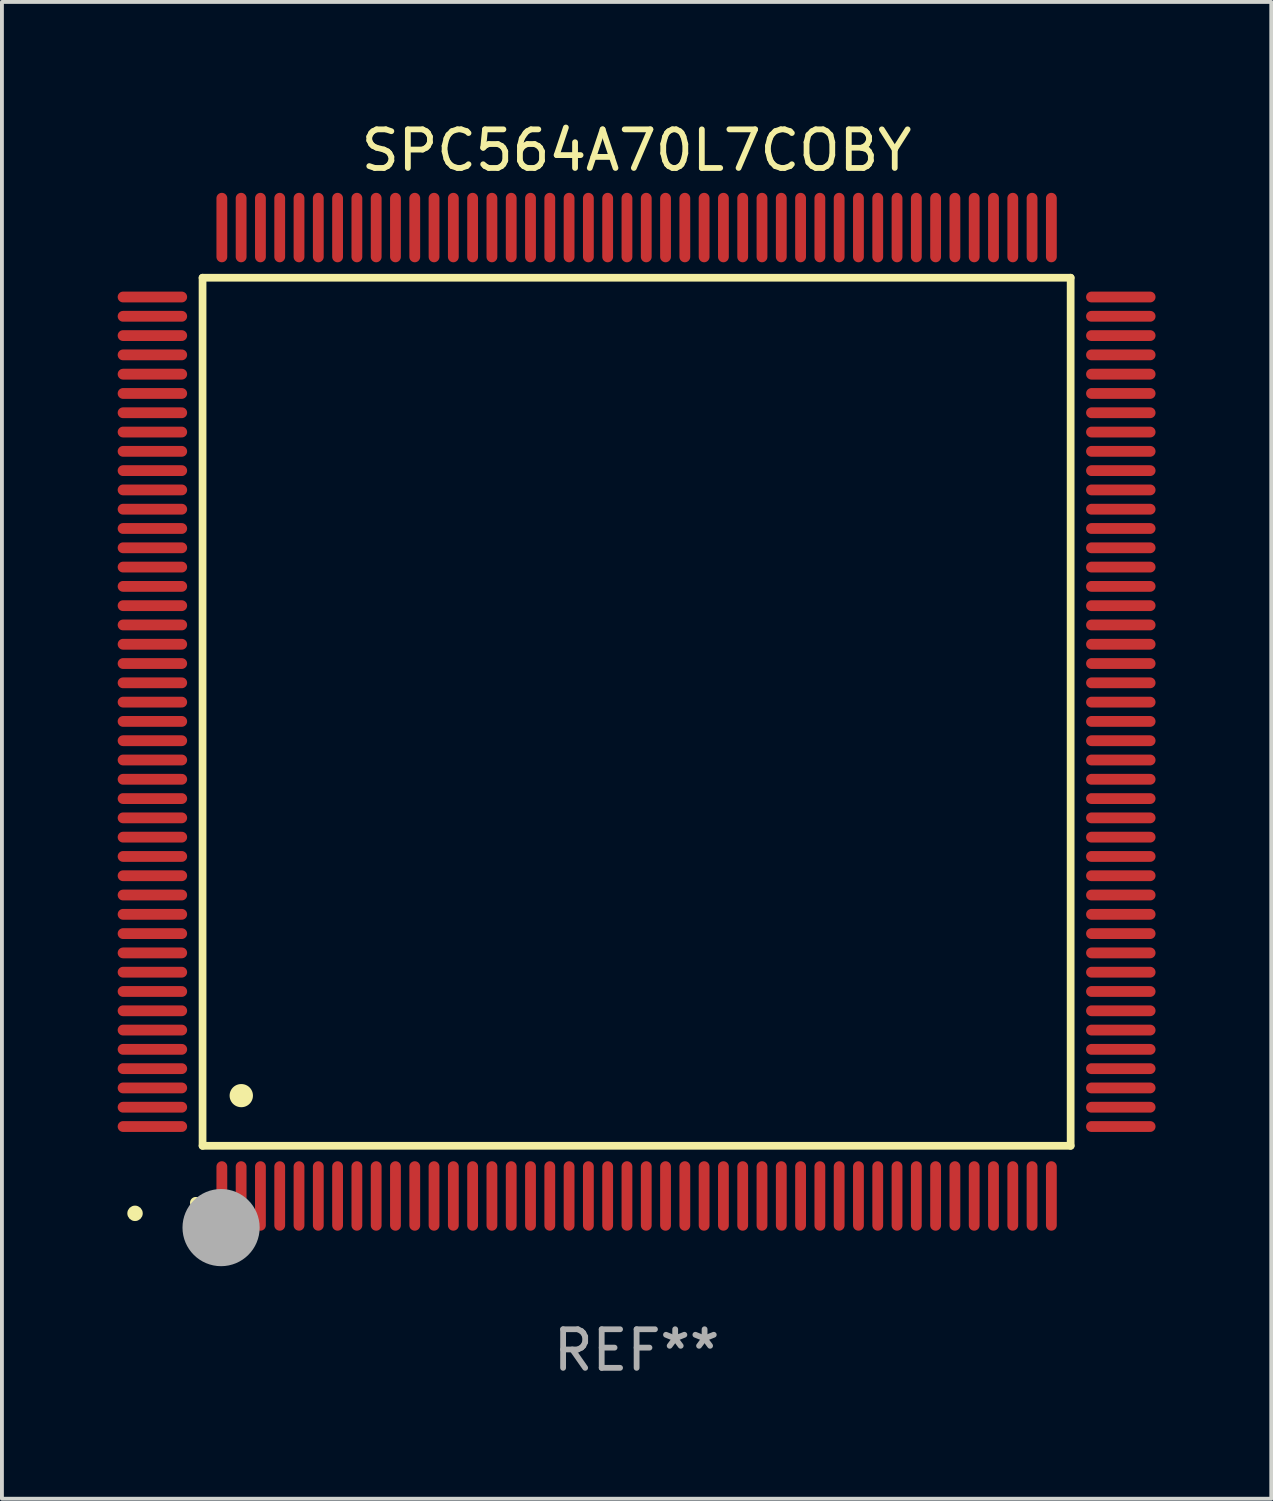
<source format=kicad_pcb>
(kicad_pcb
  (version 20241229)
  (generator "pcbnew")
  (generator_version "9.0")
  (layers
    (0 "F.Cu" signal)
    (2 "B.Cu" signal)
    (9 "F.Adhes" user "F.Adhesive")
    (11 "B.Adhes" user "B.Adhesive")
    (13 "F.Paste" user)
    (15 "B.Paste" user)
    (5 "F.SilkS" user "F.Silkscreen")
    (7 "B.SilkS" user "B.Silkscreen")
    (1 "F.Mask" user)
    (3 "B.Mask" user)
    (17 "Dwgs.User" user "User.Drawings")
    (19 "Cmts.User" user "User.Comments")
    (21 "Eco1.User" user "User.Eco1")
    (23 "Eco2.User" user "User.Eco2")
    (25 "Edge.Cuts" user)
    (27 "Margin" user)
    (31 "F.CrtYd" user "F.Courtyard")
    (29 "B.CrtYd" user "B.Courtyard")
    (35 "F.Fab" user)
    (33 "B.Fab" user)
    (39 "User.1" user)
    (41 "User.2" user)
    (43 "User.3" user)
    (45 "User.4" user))
  (footprint "SPC564A70L7COBY"
    (layer "F.Cu")
    (at 13.45 15.398)
    (property "Reference" "SPC564A70L7COBY" (at 0 -14.55 0) (layer "F.SilkS") (effects (font (size 1 1) (thickness 0.15))))
    (attr through_hole)
    (fp_line (start -11.25 -11.25) (end 11.25 -11.25) (stroke (width 0.2) (type solid)) (layer "F.SilkS"))
    (fp_line (start -11.25 11.25) (end -11.25 -11.25) (stroke (width 0.2) (type solid)) (layer "F.SilkS"))
    (fp_line (start 11.25 -11.25) (end 11.25 11.25) (stroke (width 0.2) (type solid)) (layer "F.SilkS"))
    (fp_line (start 11.25 11.25) (end -11.25 11.25) (stroke (width 0.2) (type solid)) (layer "F.SilkS"))
    (fp_arc (start -11.424943 12.725425) (mid -11.423673 12.72542) (end -11.422403 12.725425) (stroke (width 0.3) (type solid)) (layer "F.SilkS"))
    (fp_arc (start -10.24892 9.9492) (mid -10.24638 9.949189) (end -10.24384 9.9492) (stroke (width 0.6) (type solid)) (layer "F.SilkS"))
    (fp_circle (center -13 13) (end -12.9 13) (stroke (width 0.2) (type solid)) (fill no) (layer "F.SilkS"))
    (fp_circle (center -10.77 13.37) (end -10.27 13.37) (stroke (width 1) (type solid)) (fill no) (layer "F.Fab"))
    (fp_text user "REF**" (at 0 16.55 0) (layer "F.Fab") (effects (font (size 1 1) (thickness 0.15))))
    (pad "1" smd oval (at -10.75 12.55) (size 0.28 1.8) (layers "F.Cu" "F.Mask" "F.Paste"))
    (pad "2" smd oval (at -10.25 12.55) (size 0.28 1.8) (layers "F.Cu" "F.Mask" "F.Paste"))
    (pad "3" smd oval (at -9.75 12.55) (size 0.28 1.8) (layers "F.Cu" "F.Mask" "F.Paste"))
    (pad "4" smd oval (at -9.25 12.55) (size 0.28 1.8) (layers "F.Cu" "F.Mask" "F.Paste"))
    (pad "5" smd oval (at -8.75 12.55) (size 0.28 1.8) (layers "F.Cu" "F.Mask" "F.Paste"))
    (pad "6" smd oval (at -8.25 12.55) (size 0.28 1.8) (layers "F.Cu" "F.Mask" "F.Paste"))
    (pad "7" smd oval (at -7.75 12.55) (size 0.28 1.8) (layers "F.Cu" "F.Mask" "F.Paste"))
    (pad "8" smd oval (at -7.25 12.55) (size 0.28 1.8) (layers "F.Cu" "F.Mask" "F.Paste"))
    (pad "9" smd oval (at -6.75 12.55) (size 0.28 1.8) (layers "F.Cu" "F.Mask" "F.Paste"))
    (pad "10" smd oval (at -6.25 12.55) (size 0.28 1.8) (layers "F.Cu" "F.Mask" "F.Paste"))
    (pad "11" smd oval (at -5.75 12.55) (size 0.28 1.8) (layers "F.Cu" "F.Mask" "F.Paste"))
    (pad "12" smd oval (at -5.25 12.55) (size 0.28 1.8) (layers "F.Cu" "F.Mask" "F.Paste"))
    (pad "13" smd oval (at -4.75 12.55) (size 0.28 1.8) (layers "F.Cu" "F.Mask" "F.Paste"))
    (pad "14" smd oval (at -4.25 12.55) (size 0.28 1.8) (layers "F.Cu" "F.Mask" "F.Paste"))
    (pad "15" smd oval (at -3.75 12.55) (size 0.28 1.8) (layers "F.Cu" "F.Mask" "F.Paste"))
    (pad "16" smd oval (at -3.25 12.55) (size 0.28 1.8) (layers "F.Cu" "F.Mask" "F.Paste"))
    (pad "17" smd oval (at -2.75 12.55) (size 0.28 1.8) (layers "F.Cu" "F.Mask" "F.Paste"))
    (pad "18" smd oval (at -2.25 12.55) (size 0.28 1.8) (layers "F.Cu" "F.Mask" "F.Paste"))
    (pad "19" smd oval (at -1.75 12.55) (size 0.28 1.8) (layers "F.Cu" "F.Mask" "F.Paste"))
    (pad "20" smd oval (at -1.25 12.55) (size 0.28 1.8) (layers "F.Cu" "F.Mask" "F.Paste"))
    (pad "21" smd oval (at -0.75 12.55) (size 0.28 1.8) (layers "F.Cu" "F.Mask" "F.Paste"))
    (pad "22" smd oval (at -0.25 12.55) (size 0.28 1.8) (layers "F.Cu" "F.Mask" "F.Paste"))
    (pad "23" smd oval (at 0.25 12.55) (size 0.28 1.8) (layers "F.Cu" "F.Mask" "F.Paste"))
    (pad "24" smd oval (at 0.75 12.55) (size 0.28 1.8) (layers "F.Cu" "F.Mask" "F.Paste"))
    (pad "25" smd oval (at 1.25 12.55) (size 0.28 1.8) (layers "F.Cu" "F.Mask" "F.Paste"))
    (pad "26" smd oval (at 1.75 12.55) (size 0.28 1.8) (layers "F.Cu" "F.Mask" "F.Paste"))
    (pad "27" smd oval (at 2.25 12.55) (size 0.28 1.8) (layers "F.Cu" "F.Mask" "F.Paste"))
    (pad "28" smd oval (at 2.75 12.55) (size 0.28 1.8) (layers "F.Cu" "F.Mask" "F.Paste"))
    (pad "29" smd oval (at 3.25 12.55) (size 0.28 1.8) (layers "F.Cu" "F.Mask" "F.Paste"))
    (pad "30" smd oval (at 3.75 12.55) (size 0.28 1.8) (layers "F.Cu" "F.Mask" "F.Paste"))
    (pad "31" smd oval (at 4.25 12.55) (size 0.28 1.8) (layers "F.Cu" "F.Mask" "F.Paste"))
    (pad "32" smd oval (at 4.75 12.55) (size 0.28 1.8) (layers "F.Cu" "F.Mask" "F.Paste"))
    (pad "33" smd oval (at 5.25 12.55) (size 0.28 1.8) (layers "F.Cu" "F.Mask" "F.Paste"))
    (pad "34" smd oval (at 5.75 12.55) (size 0.28 1.8) (layers "F.Cu" "F.Mask" "F.Paste"))
    (pad "35" smd oval (at 6.25 12.55) (size 0.28 1.8) (layers "F.Cu" "F.Mask" "F.Paste"))
    (pad "36" smd oval (at 6.75 12.55) (size 0.28 1.8) (layers "F.Cu" "F.Mask" "F.Paste"))
    (pad "37" smd oval (at 7.25 12.55) (size 0.28 1.8) (layers "F.Cu" "F.Mask" "F.Paste"))
    (pad "38" smd oval (at 7.75 12.55) (size 0.28 1.8) (layers "F.Cu" "F.Mask" "F.Paste"))
    (pad "39" smd oval (at 8.25 12.55) (size 0.28 1.8) (layers "F.Cu" "F.Mask" "F.Paste"))
    (pad "40" smd oval (at 8.75 12.55) (size 0.28 1.8) (layers "F.Cu" "F.Mask" "F.Paste"))
    (pad "41" smd oval (at 9.25 12.55) (size 0.28 1.8) (layers "F.Cu" "F.Mask" "F.Paste"))
    (pad "42" smd oval (at 9.75 12.55) (size 0.28 1.8) (layers "F.Cu" "F.Mask" "F.Paste"))
    (pad "43" smd oval (at 10.25 12.55) (size 0.28 1.8) (layers "F.Cu" "F.Mask" "F.Paste"))
    (pad "44" smd oval (at 10.75 12.55) (size 0.28 1.8) (layers "F.Cu" "F.Mask" "F.Paste"))
    (pad "45" smd oval (at 12.55 10.75) (size 1.8 0.28) (layers "F.Cu" "F.Mask" "F.Paste"))
    (pad "46" smd oval (at 12.55 10.25) (size 1.8 0.28) (layers "F.Cu" "F.Mask" "F.Paste"))
    (pad "47" smd oval (at 12.55 9.75) (size 1.8 0.28) (layers "F.Cu" "F.Mask" "F.Paste"))
    (pad "48" smd oval (at 12.55 9.25) (size 1.8 0.28) (layers "F.Cu" "F.Mask" "F.Paste"))
    (pad "49" smd oval (at 12.55 8.75) (size 1.8 0.28) (layers "F.Cu" "F.Mask" "F.Paste"))
    (pad "50" smd oval (at 12.55 8.25) (size 1.8 0.28) (layers "F.Cu" "F.Mask" "F.Paste"))
    (pad "51" smd oval (at 12.55 7.75) (size 1.8 0.28) (layers "F.Cu" "F.Mask" "F.Paste"))
    (pad "52" smd oval (at 12.55 7.25) (size 1.8 0.28) (layers "F.Cu" "F.Mask" "F.Paste"))
    (pad "53" smd oval (at 12.55 6.75) (size 1.8 0.28) (layers "F.Cu" "F.Mask" "F.Paste"))
    (pad "54" smd oval (at 12.55 6.25) (size 1.8 0.28) (layers "F.Cu" "F.Mask" "F.Paste"))
    (pad "55" smd oval (at 12.55 5.75) (size 1.8 0.28) (layers "F.Cu" "F.Mask" "F.Paste"))
    (pad "56" smd oval (at 12.55 5.25) (size 1.8 0.28) (layers "F.Cu" "F.Mask" "F.Paste"))
    (pad "57" smd oval (at 12.55 4.75) (size 1.8 0.28) (layers "F.Cu" "F.Mask" "F.Paste"))
    (pad "58" smd oval (at 12.55 4.25) (size 1.8 0.28) (layers "F.Cu" "F.Mask" "F.Paste"))
    (pad "59" smd oval (at 12.55 3.75) (size 1.8 0.28) (layers "F.Cu" "F.Mask" "F.Paste"))
    (pad "60" smd oval (at 12.55 3.25) (size 1.8 0.28) (layers "F.Cu" "F.Mask" "F.Paste"))
    (pad "61" smd oval (at 12.55 2.75) (size 1.8 0.28) (layers "F.Cu" "F.Mask" "F.Paste"))
    (pad "62" smd oval (at 12.55 2.25) (size 1.8 0.28) (layers "F.Cu" "F.Mask" "F.Paste"))
    (pad "63" smd oval (at 12.55 1.75) (size 1.8 0.28) (layers "F.Cu" "F.Mask" "F.Paste"))
    (pad "64" smd oval (at 12.55 1.25) (size 1.8 0.28) (layers "F.Cu" "F.Mask" "F.Paste"))
    (pad "65" smd oval (at 12.55 0.75) (size 1.8 0.28) (layers "F.Cu" "F.Mask" "F.Paste"))
    (pad "66" smd oval (at 12.55 0.25) (size 1.8 0.28) (layers "F.Cu" "F.Mask" "F.Paste"))
    (pad "67" smd oval (at 12.55 -0.25) (size 1.8 0.28) (layers "F.Cu" "F.Mask" "F.Paste"))
    (pad "68" smd oval (at 12.55 -0.75) (size 1.8 0.28) (layers "F.Cu" "F.Mask" "F.Paste"))
    (pad "69" smd oval (at 12.55 -1.25) (size 1.8 0.28) (layers "F.Cu" "F.Mask" "F.Paste"))
    (pad "70" smd oval (at 12.55 -1.75) (size 1.8 0.28) (layers "F.Cu" "F.Mask" "F.Paste"))
    (pad "71" smd oval (at 12.55 -2.25) (size 1.8 0.28) (layers "F.Cu" "F.Mask" "F.Paste"))
    (pad "72" smd oval (at 12.55 -2.75) (size 1.8 0.28) (layers "F.Cu" "F.Mask" "F.Paste"))
    (pad "73" smd oval (at 12.55 -3.25) (size 1.8 0.28) (layers "F.Cu" "F.Mask" "F.Paste"))
    (pad "74" smd oval (at 12.55 -3.75) (size 1.8 0.28) (layers "F.Cu" "F.Mask" "F.Paste"))
    (pad "75" smd oval (at 12.55 -4.25) (size 1.8 0.28) (layers "F.Cu" "F.Mask" "F.Paste"))
    (pad "76" smd oval (at 12.55 -4.75) (size 1.8 0.28) (layers "F.Cu" "F.Mask" "F.Paste"))
    (pad "77" smd oval (at 12.55 -5.25) (size 1.8 0.28) (layers "F.Cu" "F.Mask" "F.Paste"))
    (pad "78" smd oval (at 12.55 -5.75) (size 1.8 0.28) (layers "F.Cu" "F.Mask" "F.Paste"))
    (pad "79" smd oval (at 12.55 -6.25) (size 1.8 0.28) (layers "F.Cu" "F.Mask" "F.Paste"))
    (pad "80" smd oval (at 12.55 -6.75) (size 1.8 0.28) (layers "F.Cu" "F.Mask" "F.Paste"))
    (pad "81" smd oval (at 12.55 -7.25) (size 1.8 0.28) (layers "F.Cu" "F.Mask" "F.Paste"))
    (pad "82" smd oval (at 12.55 -7.75) (size 1.8 0.28) (layers "F.Cu" "F.Mask" "F.Paste"))
    (pad "83" smd oval (at 12.55 -8.25) (size 1.8 0.28) (layers "F.Cu" "F.Mask" "F.Paste"))
    (pad "84" smd oval (at 12.55 -8.75) (size 1.8 0.28) (layers "F.Cu" "F.Mask" "F.Paste"))
    (pad "85" smd oval (at 12.55 -9.25) (size 1.8 0.28) (layers "F.Cu" "F.Mask" "F.Paste"))
    (pad "86" smd oval (at 12.55 -9.75) (size 1.8 0.28) (layers "F.Cu" "F.Mask" "F.Paste"))
    (pad "87" smd oval (at 12.55 -10.25) (size 1.8 0.28) (layers "F.Cu" "F.Mask" "F.Paste"))
    (pad "88" smd oval (at 12.55 -10.75) (size 1.8 0.28) (layers "F.Cu" "F.Mask" "F.Paste"))
    (pad "89" smd oval (at 10.75 -12.55) (size 0.28 1.8) (layers "F.Cu" "F.Mask" "F.Paste"))
    (pad "90" smd oval (at 10.25 -12.55) (size 0.28 1.8) (layers "F.Cu" "F.Mask" "F.Paste"))
    (pad "91" smd oval (at 9.75 -12.55) (size 0.28 1.8) (layers "F.Cu" "F.Mask" "F.Paste"))
    (pad "92" smd oval (at 9.25 -12.55) (size 0.28 1.8) (layers "F.Cu" "F.Mask" "F.Paste"))
    (pad "93" smd oval (at 8.75 -12.55) (size 0.28 1.8) (layers "F.Cu" "F.Mask" "F.Paste"))
    (pad "94" smd oval (at 8.25 -12.55) (size 0.28 1.8) (layers "F.Cu" "F.Mask" "F.Paste"))
    (pad "95" smd oval (at 7.75 -12.55) (size 0.28 1.8) (layers "F.Cu" "F.Mask" "F.Paste"))
    (pad "96" smd oval (at 7.25 -12.55) (size 0.28 1.8) (layers "F.Cu" "F.Mask" "F.Paste"))
    (pad "97" smd oval (at 6.75 -12.55) (size 0.28 1.8) (layers "F.Cu" "F.Mask" "F.Paste"))
    (pad "98" smd oval (at 6.25 -12.55) (size 0.28 1.8) (layers "F.Cu" "F.Mask" "F.Paste"))
    (pad "99" smd oval (at 5.75 -12.55) (size 0.28 1.8) (layers "F.Cu" "F.Mask" "F.Paste"))
    (pad "100" smd oval (at 5.25 -12.55) (size 0.28 1.8) (layers "F.Cu" "F.Mask" "F.Paste"))
    (pad "101" smd oval (at 4.75 -12.55) (size 0.28 1.8) (layers "F.Cu" "F.Mask" "F.Paste"))
    (pad "102" smd oval (at 4.25 -12.55) (size 0.28 1.8) (layers "F.Cu" "F.Mask" "F.Paste"))
    (pad "103" smd oval (at 3.75 -12.55) (size 0.28 1.8) (layers "F.Cu" "F.Mask" "F.Paste"))
    (pad "104" smd oval (at 3.25 -12.55) (size 0.28 1.8) (layers "F.Cu" "F.Mask" "F.Paste"))
    (pad "105" smd oval (at 2.75 -12.55) (size 0.28 1.8) (layers "F.Cu" "F.Mask" "F.Paste"))
    (pad "106" smd oval (at 2.25 -12.55) (size 0.28 1.8) (layers "F.Cu" "F.Mask" "F.Paste"))
    (pad "107" smd oval (at 1.75 -12.55) (size 0.28 1.8) (layers "F.Cu" "F.Mask" "F.Paste"))
    (pad "108" smd oval (at 1.25 -12.55) (size 0.28 1.8) (layers "F.Cu" "F.Mask" "F.Paste"))
    (pad "109" smd oval (at 0.75 -12.55) (size 0.28 1.8) (layers "F.Cu" "F.Mask" "F.Paste"))
    (pad "110" smd oval (at 0.25 -12.55) (size 0.28 1.8) (layers "F.Cu" "F.Mask" "F.Paste"))
    (pad "111" smd oval (at -0.25 -12.55) (size 0.28 1.8) (layers "F.Cu" "F.Mask" "F.Paste"))
    (pad "112" smd oval (at -0.75 -12.55) (size 0.28 1.8) (layers "F.Cu" "F.Mask" "F.Paste"))
    (pad "113" smd oval (at -1.25 -12.55) (size 0.28 1.8) (layers "F.Cu" "F.Mask" "F.Paste"))
    (pad "114" smd oval (at -1.75 -12.55) (size 0.28 1.8) (layers "F.Cu" "F.Mask" "F.Paste"))
    (pad "115" smd oval (at -2.25 -12.55) (size 0.28 1.8) (layers "F.Cu" "F.Mask" "F.Paste"))
    (pad "116" smd oval (at -2.75 -12.55) (size 0.28 1.8) (layers "F.Cu" "F.Mask" "F.Paste"))
    (pad "117" smd oval (at -3.25 -12.55) (size 0.28 1.8) (layers "F.Cu" "F.Mask" "F.Paste"))
    (pad "118" smd oval (at -3.75 -12.55) (size 0.28 1.8) (layers "F.Cu" "F.Mask" "F.Paste"))
    (pad "119" smd oval (at -4.25 -12.55) (size 0.28 1.8) (layers "F.Cu" "F.Mask" "F.Paste"))
    (pad "120" smd oval (at -4.75 -12.55) (size 0.28 1.8) (layers "F.Cu" "F.Mask" "F.Paste"))
    (pad "121" smd oval (at -5.25 -12.55) (size 0.28 1.8) (layers "F.Cu" "F.Mask" "F.Paste"))
    (pad "122" smd oval (at -5.75 -12.55) (size 0.28 1.8) (layers "F.Cu" "F.Mask" "F.Paste"))
    (pad "123" smd oval (at -6.25 -12.55) (size 0.28 1.8) (layers "F.Cu" "F.Mask" "F.Paste"))
    (pad "124" smd oval (at -6.75 -12.55) (size 0.28 1.8) (layers "F.Cu" "F.Mask" "F.Paste"))
    (pad "125" smd oval (at -7.25 -12.55) (size 0.28 1.8) (layers "F.Cu" "F.Mask" "F.Paste"))
    (pad "126" smd oval (at -7.75 -12.55) (size 0.28 1.8) (layers "F.Cu" "F.Mask" "F.Paste"))
    (pad "127" smd oval (at -8.25 -12.55) (size 0.28 1.8) (layers "F.Cu" "F.Mask" "F.Paste"))
    (pad "128" smd oval (at -8.75 -12.55) (size 0.28 1.8) (layers "F.Cu" "F.Mask" "F.Paste"))
    (pad "129" smd oval (at -9.25 -12.55) (size 0.28 1.8) (layers "F.Cu" "F.Mask" "F.Paste"))
    (pad "130" smd oval (at -9.75 -12.55) (size 0.28 1.8) (layers "F.Cu" "F.Mask" "F.Paste"))
    (pad "131" smd oval (at -10.25 -12.55) (size 0.28 1.8) (layers "F.Cu" "F.Mask" "F.Paste"))
    (pad "132" smd oval (at -10.75 -12.55) (size 0.28 1.8) (layers "F.Cu" "F.Mask" "F.Paste"))
    (pad "133" smd oval (at -12.55 -10.75) (size 1.8 0.28) (layers "F.Cu" "F.Mask" "F.Paste"))
    (pad "134" smd oval (at -12.55 -10.25) (size 1.8 0.28) (layers "F.Cu" "F.Mask" "F.Paste"))
    (pad "135" smd oval (at -12.55 -9.75) (size 1.8 0.28) (layers "F.Cu" "F.Mask" "F.Paste"))
    (pad "136" smd oval (at -12.55 -9.25) (size 1.8 0.28) (layers "F.Cu" "F.Mask" "F.Paste"))
    (pad "137" smd oval (at -12.55 -8.75) (size 1.8 0.28) (layers "F.Cu" "F.Mask" "F.Paste"))
    (pad "138" smd oval (at -12.55 -8.25) (size 1.8 0.28) (layers "F.Cu" "F.Mask" "F.Paste"))
    (pad "139" smd oval (at -12.55 -7.75) (size 1.8 0.28) (layers "F.Cu" "F.Mask" "F.Paste"))
    (pad "140" smd oval (at -12.55 -7.25) (size 1.8 0.28) (layers "F.Cu" "F.Mask" "F.Paste"))
    (pad "141" smd oval (at -12.55 -6.75) (size 1.8 0.28) (layers "F.Cu" "F.Mask" "F.Paste"))
    (pad "142" smd oval (at -12.55 -6.25) (size 1.8 0.28) (layers "F.Cu" "F.Mask" "F.Paste"))
    (pad "143" smd oval (at -12.55 -5.75) (size 1.8 0.28) (layers "F.Cu" "F.Mask" "F.Paste"))
    (pad "144" smd oval (at -12.55 -5.25) (size 1.8 0.28) (layers "F.Cu" "F.Mask" "F.Paste"))
    (pad "145" smd oval (at -12.55 -4.75) (size 1.8 0.28) (layers "F.Cu" "F.Mask" "F.Paste"))
    (pad "146" smd oval (at -12.55 -4.25) (size 1.8 0.28) (layers "F.Cu" "F.Mask" "F.Paste"))
    (pad "147" smd oval (at -12.55 -3.75) (size 1.8 0.28) (layers "F.Cu" "F.Mask" "F.Paste"))
    (pad "148" smd oval (at -12.55 -3.25) (size 1.8 0.28) (layers "F.Cu" "F.Mask" "F.Paste"))
    (pad "149" smd oval (at -12.55 -2.75) (size 1.8 0.28) (layers "F.Cu" "F.Mask" "F.Paste"))
    (pad "150" smd oval (at -12.55 -2.25) (size 1.8 0.28) (layers "F.Cu" "F.Mask" "F.Paste"))
    (pad "151" smd oval (at -12.55 -1.75) (size 1.8 0.28) (layers "F.Cu" "F.Mask" "F.Paste"))
    (pad "152" smd oval (at -12.55 -1.25) (size 1.8 0.28) (layers "F.Cu" "F.Mask" "F.Paste"))
    (pad "153" smd oval (at -12.55 -0.75) (size 1.8 0.28) (layers "F.Cu" "F.Mask" "F.Paste"))
    (pad "154" smd oval (at -12.55 -0.25) (size 1.8 0.28) (layers "F.Cu" "F.Mask" "F.Paste"))
    (pad "155" smd oval (at -12.55 0.25) (size 1.8 0.28) (layers "F.Cu" "F.Mask" "F.Paste"))
    (pad "156" smd oval (at -12.55 0.75) (size 1.8 0.28) (layers "F.Cu" "F.Mask" "F.Paste"))
    (pad "157" smd oval (at -12.55 1.25) (size 1.8 0.28) (layers "F.Cu" "F.Mask" "F.Paste"))
    (pad "158" smd oval (at -12.55 1.75) (size 1.8 0.28) (layers "F.Cu" "F.Mask" "F.Paste"))
    (pad "159" smd oval (at -12.55 2.25) (size 1.8 0.28) (layers "F.Cu" "F.Mask" "F.Paste"))
    (pad "160" smd oval (at -12.55 2.75) (size 1.8 0.28) (layers "F.Cu" "F.Mask" "F.Paste"))
    (pad "161" smd oval (at -12.55 3.25) (size 1.8 0.28) (layers "F.Cu" "F.Mask" "F.Paste"))
    (pad "162" smd oval (at -12.55 3.75) (size 1.8 0.28) (layers "F.Cu" "F.Mask" "F.Paste"))
    (pad "163" smd oval (at -12.55 4.25) (size 1.8 0.28) (layers "F.Cu" "F.Mask" "F.Paste"))
    (pad "164" smd oval (at -12.55 4.75) (size 1.8 0.28) (layers "F.Cu" "F.Mask" "F.Paste"))
    (pad "165" smd oval (at -12.55 5.25) (size 1.8 0.28) (layers "F.Cu" "F.Mask" "F.Paste"))
    (pad "166" smd oval (at -12.55 5.75) (size 1.8 0.28) (layers "F.Cu" "F.Mask" "F.Paste"))
    (pad "167" smd oval (at -12.55 6.25) (size 1.8 0.28) (layers "F.Cu" "F.Mask" "F.Paste"))
    (pad "168" smd oval (at -12.55 6.75) (size 1.8 0.28) (layers "F.Cu" "F.Mask" "F.Paste"))
    (pad "169" smd oval (at -12.55 7.25) (size 1.8 0.28) (layers "F.Cu" "F.Mask" "F.Paste"))
    (pad "170" smd oval (at -12.55 7.75) (size 1.8 0.28) (layers "F.Cu" "F.Mask" "F.Paste"))
    (pad "171" smd oval (at -12.55 8.25) (size 1.8 0.28) (layers "F.Cu" "F.Mask" "F.Paste"))
    (pad "172" smd oval (at -12.55 8.75) (size 1.8 0.28) (layers "F.Cu" "F.Mask" "F.Paste"))
    (pad "173" smd oval (at -12.55 9.25) (size 1.8 0.28) (layers "F.Cu" "F.Mask" "F.Paste"))
    (pad "174" smd oval (at -12.55 9.75) (size 1.8 0.28) (layers "F.Cu" "F.Mask" "F.Paste"))
    (pad "175" smd oval (at -12.55 10.25) (size 1.8 0.28) (layers "F.Cu" "F.Mask" "F.Paste"))
    (pad "176" smd oval (at -12.55 10.75) (size 1.8 0.28) (layers "F.Cu" "F.Mask" "F.Paste")))
  (gr_rect
    (start -3 -3)
    (end 29.9 35.796)
    (stroke (width 0.1) (type default))
    (fill no)
    (layer "Edge.Cuts")))
</source>
